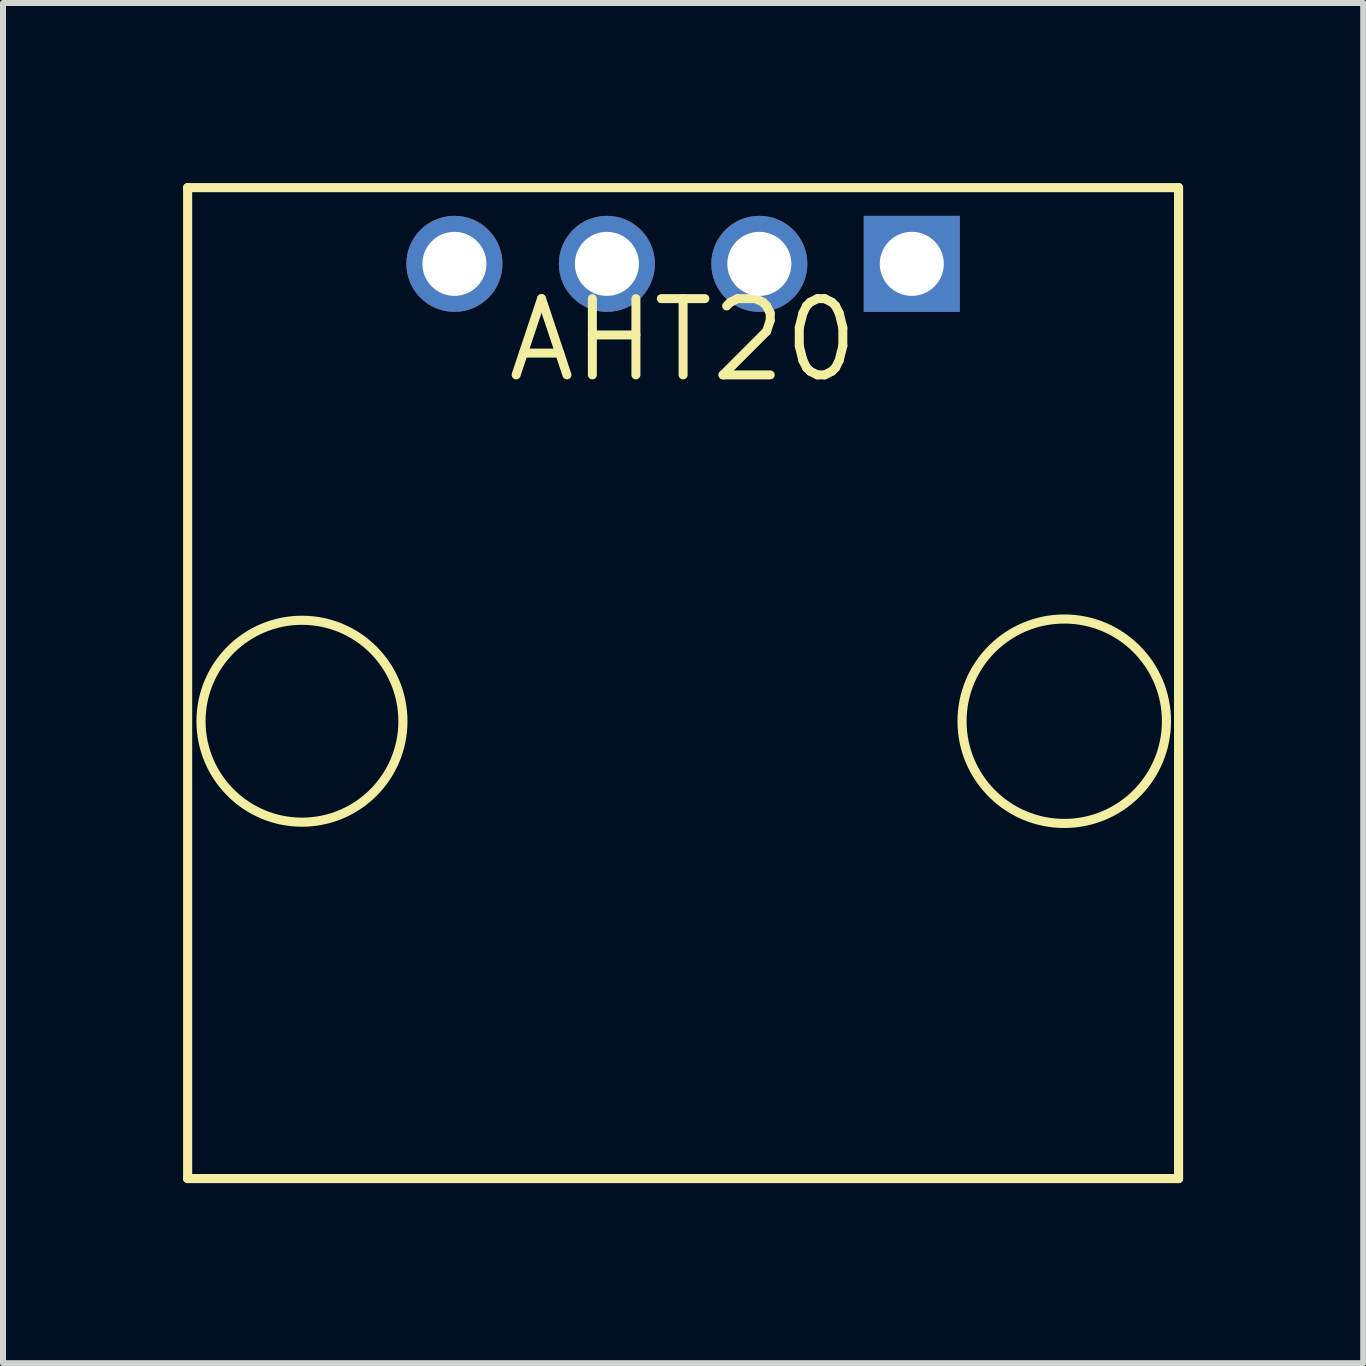
<source format=kicad_pcb>
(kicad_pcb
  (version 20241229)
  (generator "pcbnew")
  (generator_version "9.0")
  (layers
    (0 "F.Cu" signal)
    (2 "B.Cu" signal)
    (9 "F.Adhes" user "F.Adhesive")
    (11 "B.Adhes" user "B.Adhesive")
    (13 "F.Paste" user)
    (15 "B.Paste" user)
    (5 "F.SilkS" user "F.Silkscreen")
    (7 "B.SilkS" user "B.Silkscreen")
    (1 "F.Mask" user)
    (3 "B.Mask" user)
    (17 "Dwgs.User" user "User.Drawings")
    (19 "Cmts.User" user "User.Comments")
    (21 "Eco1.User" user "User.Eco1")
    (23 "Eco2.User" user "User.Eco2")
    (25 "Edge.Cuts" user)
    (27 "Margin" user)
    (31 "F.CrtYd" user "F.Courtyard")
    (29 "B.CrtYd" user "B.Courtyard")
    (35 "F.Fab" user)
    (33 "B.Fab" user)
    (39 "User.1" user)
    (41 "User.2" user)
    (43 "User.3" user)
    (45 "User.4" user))
  (footprint "AHT20"
    (layer "F.Cu")
    (at 8.331 2.616)
    (property "Reference" "AHT20" (at 0 0 0) (layer "F.SilkS") (effects (font (size 1.27 1.27) (thickness 0.15))))
    (attr through_hole)
    (fp_line (start -8.255 -2.54) (end 8.255 -2.54) (stroke (width 0.152) (type solid)) (layer "F.SilkS"))
    (fp_line (start -8.255 13.97) (end -8.255 -2.54) (stroke (width 0.152) (type solid)) (layer "F.SilkS"))
    (fp_line (start 8.255 -2.54) (end 8.255 13.97) (stroke (width 0.152) (type solid)) (layer "F.SilkS"))
    (fp_line (start 8.255 13.97) (end -8.255 13.97) (stroke (width 0.152) (type solid)) (layer "F.SilkS"))
    (fp_circle (center -6.35 6.35) (end -4.668 6.35) (stroke (width 0.152) (type solid)) (fill no) (layer "F.SilkS"))
    (fp_circle (center 6.35 6.35) (end 8.053 6.35) (stroke (width 0.152) (type solid)) (fill no) (layer "F.SilkS"))
    (pad "GND" thru_hole circle (at -1.27 -1.27) (size 1.6 1.6) (drill 1.067) (layers "*.Cu" "*.Mask"))
    (pad "SCL" thru_hole circle (at -3.81 -1.27) (size 1.6 1.6) (drill 1.067) (layers "*.Cu" "*.Mask"))
    (pad "SDA" thru_hole circle (at 1.27 -1.27) (size 1.6 1.6) (drill 1.067) (layers "*.Cu" "*.Mask"))
    (pad "VDD" thru_hole rect (at 3.81 -1.27) (size 1.6 1.6) (drill 1.067) (layers "*.Cu" "*.Mask")))
  (gr_rect
    (start -3 -3)
    (end 19.662 19.662)
    (stroke (width 0.1) (type default))
    (fill no)
    (layer "Edge.Cuts")))
</source>
